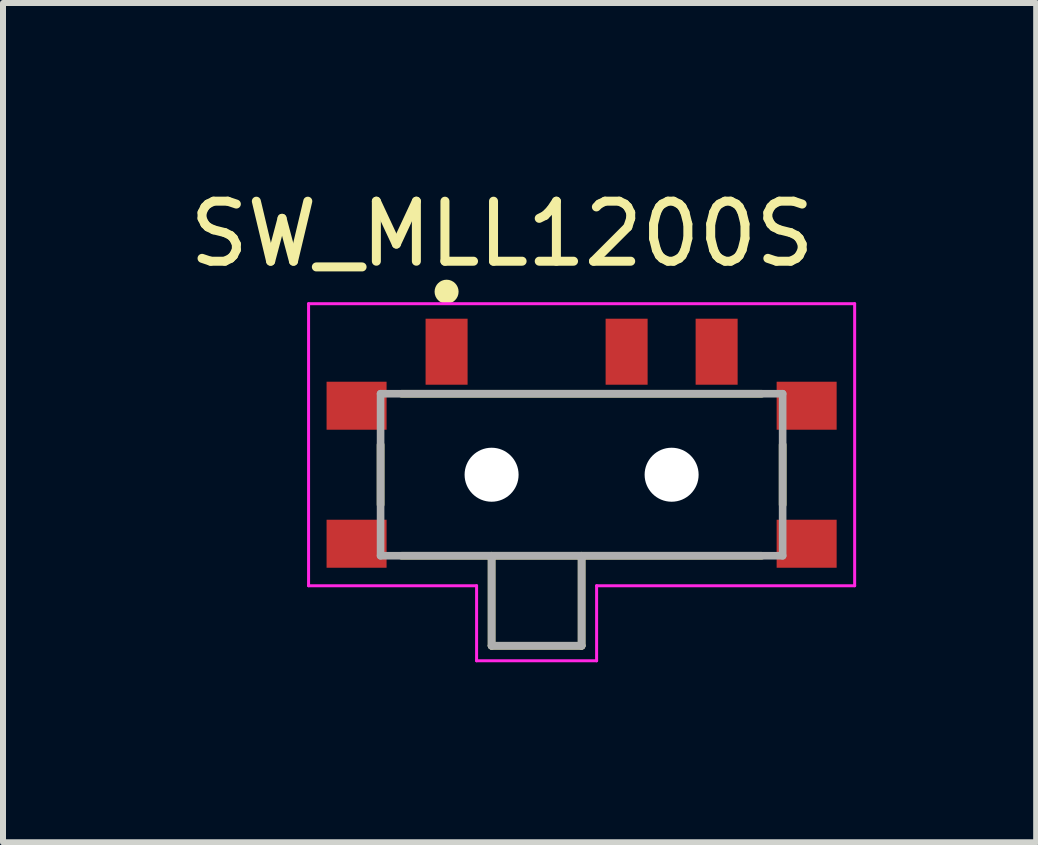
<source format=kicad_pcb>
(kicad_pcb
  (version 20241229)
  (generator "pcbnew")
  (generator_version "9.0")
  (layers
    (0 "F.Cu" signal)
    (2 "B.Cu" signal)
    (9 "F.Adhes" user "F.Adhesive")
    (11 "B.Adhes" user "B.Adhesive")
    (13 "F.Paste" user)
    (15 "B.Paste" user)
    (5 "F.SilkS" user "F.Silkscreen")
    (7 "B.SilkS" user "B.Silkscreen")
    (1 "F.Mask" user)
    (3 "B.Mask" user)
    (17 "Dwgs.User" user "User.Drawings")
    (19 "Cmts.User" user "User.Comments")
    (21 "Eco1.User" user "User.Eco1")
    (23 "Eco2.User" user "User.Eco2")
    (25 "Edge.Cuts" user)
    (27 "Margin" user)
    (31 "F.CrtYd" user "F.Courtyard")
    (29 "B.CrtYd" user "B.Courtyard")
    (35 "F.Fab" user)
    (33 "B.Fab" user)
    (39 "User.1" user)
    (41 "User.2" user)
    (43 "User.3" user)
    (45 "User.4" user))
  (footprint "SW_MLL1200S"
    (layer "F.Cu")
    (at 6.642 4.861)
    (property "Reference" "SW_MLL1200S" (at -1.325 -4.013 0) (layer "F.SilkS") (effects (font (size 1 1) (thickness 0.15))))
    (attr through_hole)
    (fp_line (start -3.35 -0.5) (end -3.35 0.5) (stroke (width 0.127) (type solid)) (layer "F.SilkS"))
    (fp_line (start -3 -1.35) (end 3 -1.35) (stroke (width 0.127) (type solid)) (layer "F.SilkS"))
    (fp_line (start -3 1.35) (end 3 1.35) (stroke (width 0.127) (type solid)) (layer "F.SilkS"))
    (fp_line (start -1.5 1.35) (end -1.5 2.85) (stroke (width 0.127) (type solid)) (layer "F.SilkS"))
    (fp_line (start -1.5 2.85) (end 0 2.85) (stroke (width 0.127) (type solid)) (layer "F.SilkS"))
    (fp_line (start 0 2.85) (end 0 1.35) (stroke (width 0.127) (type solid)) (layer "F.SilkS"))
    (fp_line (start 3.35 -0.5) (end 3.35 0.5) (stroke (width 0.127) (type solid)) (layer "F.SilkS"))
    (fp_circle (center -2.25 -3.05) (end -2.15 -3.05) (stroke (width 0.2) (type solid)) (fill no) (layer "F.SilkS"))
    (fp_line (start -4.55 -2.85) (end -4.55 1.85) (stroke (width 0.05) (type solid)) (layer "F.CrtYd"))
    (fp_line (start -4.55 1.85) (end -1.75 1.85) (stroke (width 0.05) (type solid)) (layer "F.CrtYd"))
    (fp_line (start -1.75 1.85) (end -1.75 3.1) (stroke (width 0.05) (type solid)) (layer "F.CrtYd"))
    (fp_line (start -1.75 3.1) (end 0.25 3.1) (stroke (width 0.05) (type solid)) (layer "F.CrtYd"))
    (fp_line (start 0.25 1.85) (end 4.55 1.85) (stroke (width 0.05) (type solid)) (layer "F.CrtYd"))
    (fp_line (start 0.25 3.1) (end 0.25 1.85) (stroke (width 0.05) (type solid)) (layer "F.CrtYd"))
    (fp_line (start 4.55 -2.85) (end -4.55 -2.85) (stroke (width 0.05) (type solid)) (layer "F.CrtYd"))
    (fp_line (start 4.55 1.85) (end 4.55 -2.85) (stroke (width 0.05) (type solid)) (layer "F.CrtYd"))
    (fp_line (start -3.35 -1.35) (end 3.35 -1.35) (stroke (width 0.127) (type solid)) (layer "F.Fab"))
    (fp_line (start -3.35 1.35) (end -3.35 -1.35) (stroke (width 0.127) (type solid)) (layer "F.Fab"))
    (fp_line (start -1.5 1.35) (end -1.5 2.85) (stroke (width 0.127) (type solid)) (layer "F.Fab"))
    (fp_line (start -1.5 2.85) (end 0 2.85) (stroke (width 0.127) (type solid)) (layer "F.Fab"))
    (fp_line (start 0 2.85) (end 0 1.35) (stroke (width 0.127) (type solid)) (layer "F.Fab"))
    (fp_line (start 3.35 -1.35) (end 3.35 1.35) (stroke (width 0.127) (type solid)) (layer "F.Fab"))
    (fp_line (start 3.35 1.35) (end -3.35 1.35) (stroke (width 0.127) (type solid)) (layer "F.Fab"))
    (pad "" np_thru_hole circle (at -1.5 0) (size 0.9 0.9) (drill 0.9) (layers "*.Cu" "*.Mask"))
    (pad "" np_thru_hole circle (at 1.5 0) (size 0.9 0.9) (drill 0.9) (layers "*.Cu" "*.Mask"))
    (pad "1" smd rect (at -2.25 -2.05 90) (size 1.1 0.7) (layers "F.Cu" "F.Mask" "F.Paste"))
    (pad "2" smd rect (at 0.75 -2.05 90) (size 1.1 0.7) (layers "F.Cu" "F.Mask" "F.Paste"))
    (pad "3" smd rect (at 2.25 -2.05 90) (size 1.1 0.7) (layers "F.Cu" "F.Mask" "F.Paste"))
    (pad "G1" smd rect (at -3.75 -1.15 180) (size 1 0.8) (layers "F.Cu" "F.Mask" "F.Paste"))
    (pad "G2" smd rect (at 3.75 -1.15 180) (size 1 0.8) (layers "F.Cu" "F.Mask" "F.Paste"))
    (pad "G3" smd rect (at -3.75 1.15 180) (size 1 0.8) (layers "F.Cu" "F.Mask" "F.Paste"))
    (pad "G4" smd rect (at 3.75 1.15 180) (size 1 0.8) (layers "F.Cu" "F.Mask" "F.Paste")))
  (gr_rect
    (start -3 -3)
    (end 14.217 10.986)
    (stroke (width 0.1) (type default))
    (fill no)
    (layer "Edge.Cuts")))
</source>
